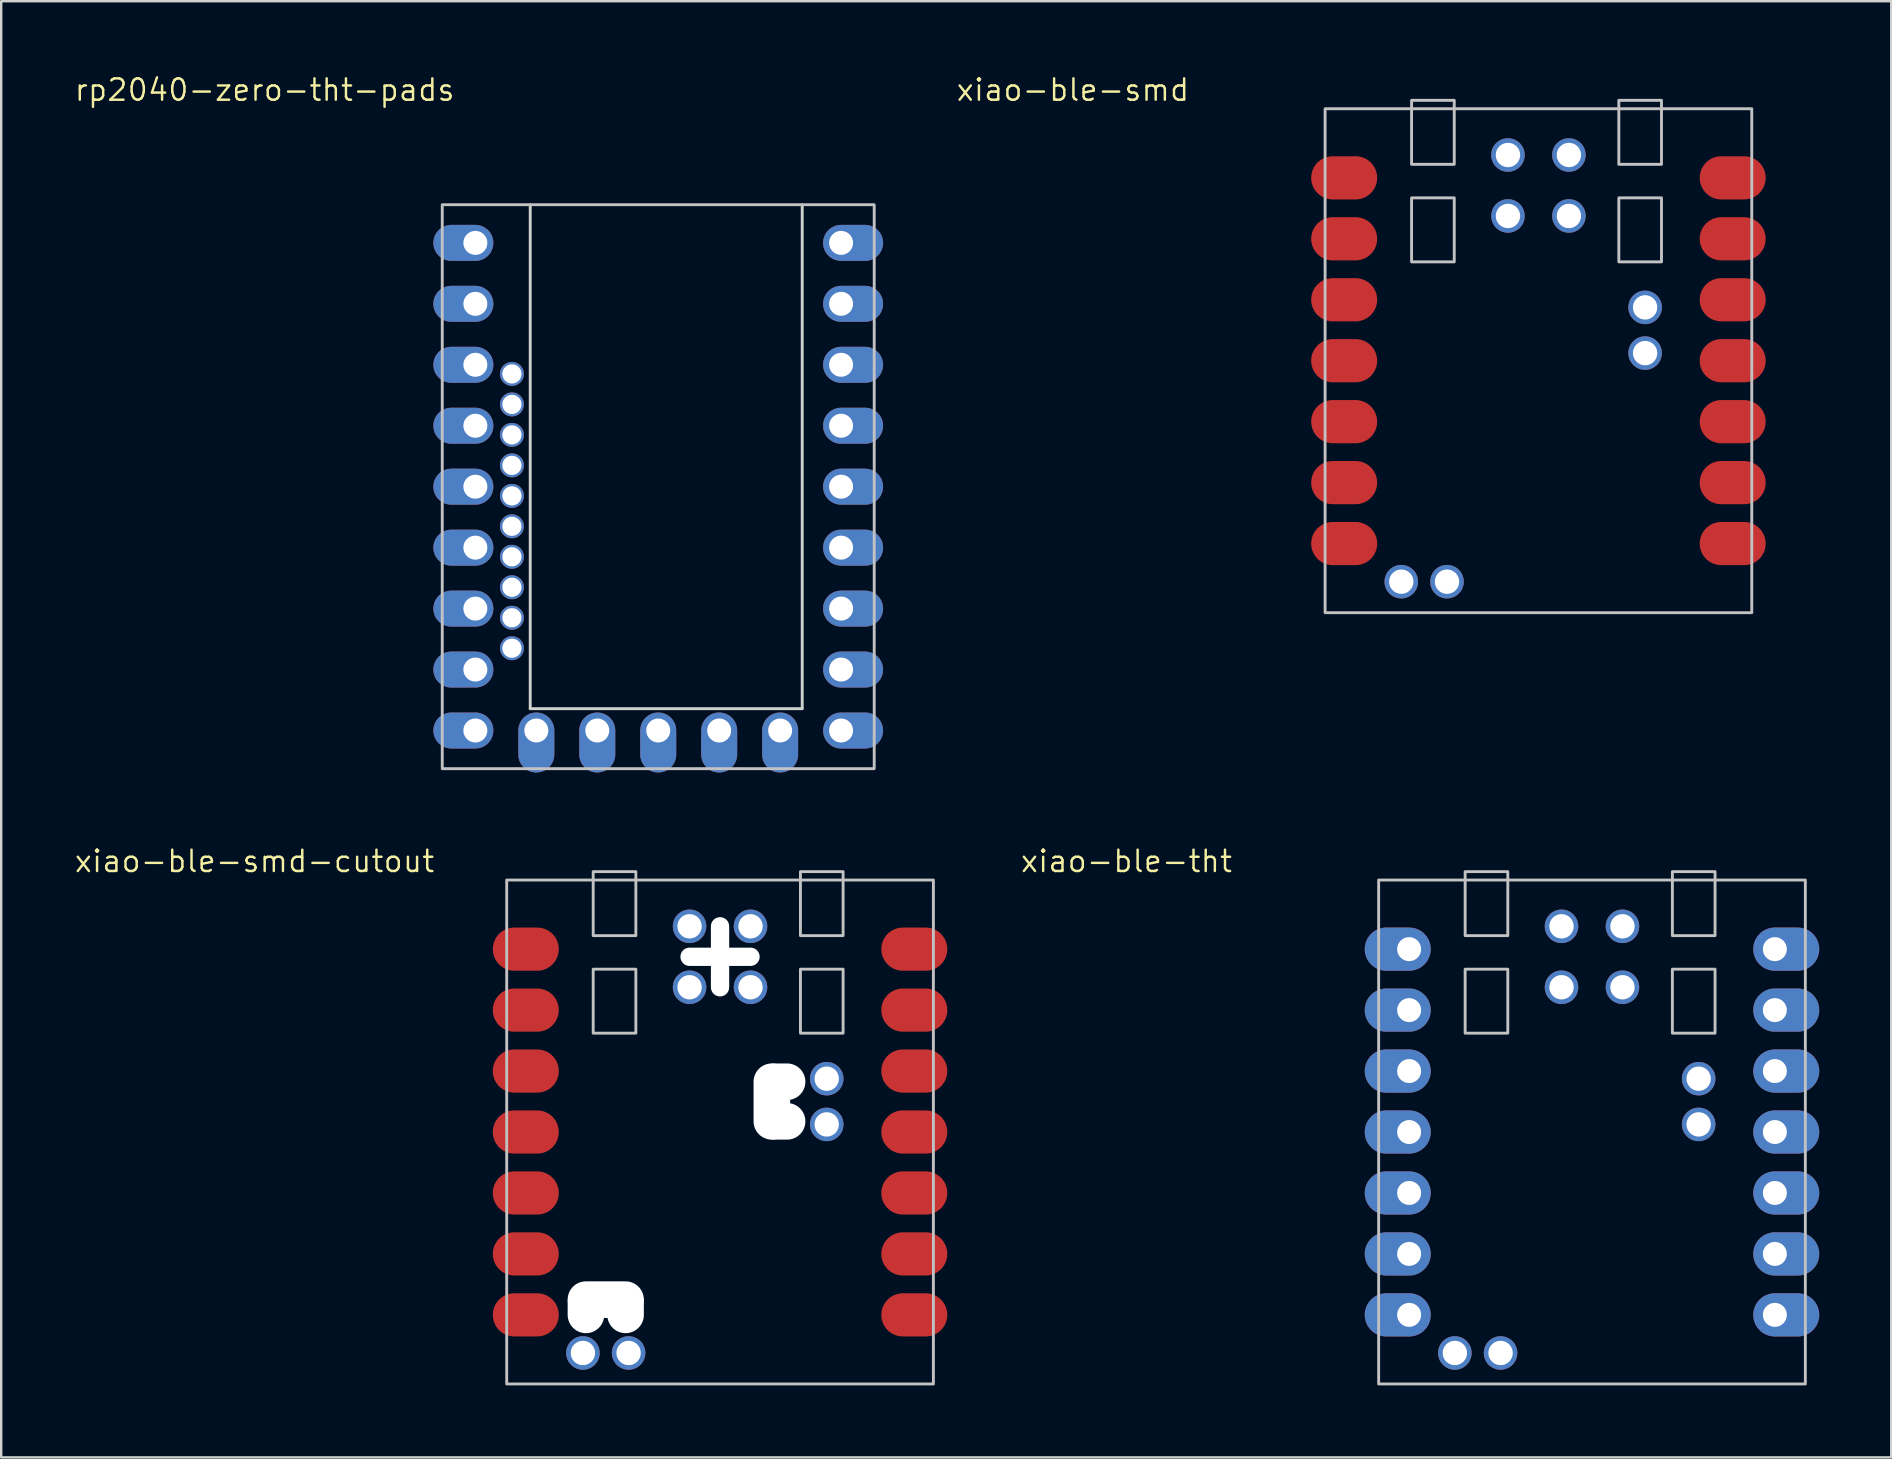
<source format=kicad_pcb>
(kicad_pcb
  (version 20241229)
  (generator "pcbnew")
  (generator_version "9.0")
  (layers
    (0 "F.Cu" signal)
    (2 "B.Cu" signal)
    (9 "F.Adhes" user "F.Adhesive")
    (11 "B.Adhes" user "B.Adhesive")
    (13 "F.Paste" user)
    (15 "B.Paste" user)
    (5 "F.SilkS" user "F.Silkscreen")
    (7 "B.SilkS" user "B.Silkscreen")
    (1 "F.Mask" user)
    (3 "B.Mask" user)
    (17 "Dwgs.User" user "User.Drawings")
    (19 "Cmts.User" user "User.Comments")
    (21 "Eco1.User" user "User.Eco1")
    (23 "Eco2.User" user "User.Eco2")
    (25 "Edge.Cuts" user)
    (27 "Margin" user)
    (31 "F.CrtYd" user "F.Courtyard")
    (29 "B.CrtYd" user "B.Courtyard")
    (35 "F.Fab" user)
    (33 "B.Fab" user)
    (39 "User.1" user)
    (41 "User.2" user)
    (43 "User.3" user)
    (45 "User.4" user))
  (footprint "xiao-ble-smd"
    (layer "F.Cu")
    (at 61.058 11.981)
    (property "Reference" "xiao-ble-smd" (at -19.399 -11.283 0) (layer "F.SilkS") (effects (font (size 0.889 0.889) (thickness 0.102))))
    (attr smd exclude_from_pos_files)
    (fp_rect (start -8.89 10.5) (end 8.89 -10.5) (stroke (width 0.12) (type solid)) (fill no) (layer "Dwgs.User"))
    (fp_rect (start -5.286 -6.786) (end -3.508 -4.119) (stroke (width 0.12) (type solid)) (fill no) (layer "Dwgs.User"))
    (fp_rect (start -3.508 -8.183) (end -5.286 -10.85) (stroke (width 0.12) (type solid)) (fill no) (layer "Dwgs.User"))
    (fp_rect (start 3.35 -10.85) (end 5.128 -8.183) (stroke (width 0.12) (type solid)) (fill no) (layer "Dwgs.User"))
    (fp_rect (start 3.35 -6.786) (end 5.128 -4.119) (stroke (width 0.12) (type solid)) (fill no) (layer "Dwgs.User"))
    (pad "1" smd oval (at -8.57 -7.62 180) (size 2.75 1.8) (drill (offset -0.475 0)) (layers "F.Cu" "F.Mask" "F.Paste"))
    (pad "2" smd oval (at -8.57 -5.08 180) (size 2.75 1.8) (drill (offset -0.475 0)) (layers "F.Cu" "F.Mask" "F.Paste"))
    (pad "3" smd oval (at -8.57 -2.54 180) (size 2.75 1.8) (drill (offset -0.475 0)) (layers "F.Cu" "F.Mask" "F.Paste"))
    (pad "4" smd oval (at -8.57 0 180) (size 2.75 1.8) (drill (offset -0.475 0)) (layers "F.Cu" "F.Mask" "F.Paste"))
    (pad "5" smd oval (at -8.57 2.54 180) (size 2.75 1.8) (drill (offset -0.475 0)) (layers "F.Cu" "F.Mask" "F.Paste"))
    (pad "6" smd oval (at -8.57 5.08 180) (size 2.75 1.8) (drill (offset -0.475 0)) (layers "F.Cu" "F.Mask" "F.Paste"))
    (pad "7" smd oval (at -8.57 7.62 180) (size 2.75 1.8) (drill (offset -0.475 0)) (layers "F.Cu" "F.Mask" "F.Paste"))
    (pad "8" smd oval (at 8.57 7.62) (size 2.75 1.8) (drill (offset -0.475 0)) (layers "F.Cu" "F.Mask" "F.Paste"))
    (pad "9" smd oval (at 8.57 5.08) (size 2.75 1.8) (drill (offset -0.475 0)) (layers "F.Cu" "F.Mask" "F.Paste"))
    (pad "10" smd oval (at 8.57 2.54) (size 2.75 1.8) (drill (offset -0.475 0)) (layers "F.Cu" "F.Mask" "F.Paste"))
    (pad "11" smd oval (at 8.57 0) (size 2.75 1.8) (drill (offset -0.475 0)) (layers "F.Cu" "F.Mask" "F.Paste"))
    (pad "12" smd oval (at 8.57 -2.54) (size 2.75 1.8) (drill (offset -0.475 0)) (layers "F.Cu" "F.Mask" "F.Paste"))
    (pad "13" smd oval (at 8.57 -5.08) (size 2.75 1.8) (drill (offset -0.475 0)) (layers "F.Cu" "F.Mask" "F.Paste"))
    (pad "14" smd oval (at 8.57 -7.62) (size 2.75 1.8) (drill (offset -0.475 0)) (layers "F.Cu" "F.Mask" "F.Paste"))
    (pad "15" thru_hole circle (at -1.27 -8.572 90) (size 1.397 1.397) (drill 1.016) (layers "*.Cu" "*.Mask"))
    (pad "16" thru_hole circle (at 1.27 -8.572 90) (size 1.397 1.397) (drill 1.016) (layers "*.Cu" "*.Mask"))
    (pad "17" thru_hole circle (at -1.27 -6.032 90) (size 1.397 1.397) (drill 1.016) (layers "*.Cu" "*.Mask"))
    (pad "18" thru_hole circle (at 1.27 -6.032 90) (size 1.397 1.397) (drill 1.016) (layers "*.Cu" "*.Mask"))
    (pad "19" thru_hole circle (at 4.445 -0.317 180) (size 1.397 1.397) (drill 1.016) (layers "*.Cu" "*.Mask"))
    (pad "20" thru_hole circle (at 4.445 -2.222 180) (size 1.397 1.397) (drill 1.016) (layers "*.Cu" "*.Mask"))
    (pad "21" thru_hole circle (at -3.81 9.208 180) (size 1.397 1.397) (drill 1.016) (layers "*.Cu" "*.Mask"))
    (pad "22" thru_hole circle (at -5.715 9.208 180) (size 1.397 1.397) (drill 1.016) (layers "*.Cu" "*.Mask")))
  (footprint "xiao-ble-smd-cutout"
    (layer "F.Cu")
    (at 26.955 44.122)
    (property "Reference" "xiao-ble-smd-cutout" (at -19.399 -11.283 0) (layer "F.SilkS") (effects (font (size 0.889 0.889) (thickness 0.102))))
    (attr smd exclude_from_pos_files)
    (fp_rect (start -8.89 10.5) (end 8.89 -10.5) (stroke (width 0.12) (type solid)) (fill no) (layer "Dwgs.User"))
    (fp_rect (start -5.286 -6.786) (end -3.508 -4.119) (stroke (width 0.12) (type solid)) (fill no) (layer "Dwgs.User"))
    (fp_rect (start -3.508 -8.183) (end -5.286 -10.85) (stroke (width 0.12) (type solid)) (fill no) (layer "Dwgs.User"))
    (fp_rect (start 3.35 -10.85) (end 5.128 -8.183) (stroke (width 0.12) (type solid)) (fill no) (layer "Dwgs.User"))
    (fp_rect (start 3.35 -6.786) (end 5.128 -4.119) (stroke (width 0.12) (type solid)) (fill no) (layer "Dwgs.User"))
    (pad "" np_thru_hole oval (at -5.588 7.366 90) (size 2.032 1.524) (drill oval 2.032 1.524) (layers "*.Cu" "*.Mask"))
    (pad "" np_thru_hole oval (at -4.763 6.985) (size 3.175 1.524) (drill oval 3.175 1.524) (layers "*.Cu" "*.Mask"))
    (pad "" np_thru_hole oval (at -3.937 7.366 90) (size 2.032 1.524) (drill oval 2.032 1.524) (layers "*.Cu" "*.Mask"))
    (pad "" np_thru_hole oval (at 0 -7.302 180) (size 3.302 0.762) (drill oval 3.302 0.762) (layers "*.Cu" "*.Mask"))
    (pad "" np_thru_hole oval (at 0 -7.302 270) (size 3.302 0.762) (drill oval 3.302 0.762) (layers "*.Cu" "*.Mask"))
    (pad "" np_thru_hole oval (at 2.159 -1.27 90) (size 3.175 1.524) (drill oval 3.175 1.524) (layers "*.Cu" "*.Mask"))
    (pad "" np_thru_hole oval (at 2.54 -2.095 180) (size 2.032 1.524) (drill oval 2.032 1.524) (layers "*.Cu" "*.Mask"))
    (pad "" np_thru_hole oval (at 2.54 -0.445 180) (size 2.032 1.524) (drill oval 2.032 1.524) (layers "*.Cu" "*.Mask"))
    (pad "1" smd oval (at -8.57 -7.62 180) (size 2.75 1.8) (drill (offset -0.475 0)) (layers "F.Cu" "F.Mask" "F.Paste"))
    (pad "2" smd oval (at -8.57 -5.08 180) (size 2.75 1.8) (drill (offset -0.475 0)) (layers "F.Cu" "F.Mask" "F.Paste"))
    (pad "3" smd oval (at -8.57 -2.54 180) (size 2.75 1.8) (drill (offset -0.475 0)) (layers "F.Cu" "F.Mask" "F.Paste"))
    (pad "4" smd oval (at -8.57 0 180) (size 2.75 1.8) (drill (offset -0.475 0)) (layers "F.Cu" "F.Mask" "F.Paste"))
    (pad "5" smd oval (at -8.57 2.54 180) (size 2.75 1.8) (drill (offset -0.475 0)) (layers "F.Cu" "F.Mask" "F.Paste"))
    (pad "6" smd oval (at -8.57 5.08 180) (size 2.75 1.8) (drill (offset -0.475 0)) (layers "F.Cu" "F.Mask" "F.Paste"))
    (pad "7" smd oval (at -8.57 7.62 180) (size 2.75 1.8) (drill (offset -0.475 0)) (layers "F.Cu" "F.Mask" "F.Paste"))
    (pad "8" smd oval (at 8.57 7.62) (size 2.75 1.8) (drill (offset -0.475 0)) (layers "F.Cu" "F.Mask" "F.Paste"))
    (pad "9" smd oval (at 8.57 5.08) (size 2.75 1.8) (drill (offset -0.475 0)) (layers "F.Cu" "F.Mask" "F.Paste"))
    (pad "10" smd oval (at 8.57 2.54) (size 2.75 1.8) (drill (offset -0.475 0)) (layers "F.Cu" "F.Mask" "F.Paste"))
    (pad "11" smd oval (at 8.57 0) (size 2.75 1.8) (drill (offset -0.475 0)) (layers "F.Cu" "F.Mask" "F.Paste"))
    (pad "12" smd oval (at 8.57 -2.54) (size 2.75 1.8) (drill (offset -0.475 0)) (layers "F.Cu" "F.Mask" "F.Paste"))
    (pad "13" smd oval (at 8.57 -5.08) (size 2.75 1.8) (drill (offset -0.475 0)) (layers "F.Cu" "F.Mask" "F.Paste"))
    (pad "14" smd oval (at 8.57 -7.62) (size 2.75 1.8) (drill (offset -0.475 0)) (layers "F.Cu" "F.Mask" "F.Paste"))
    (pad "15" thru_hole circle (at -1.27 -8.572 90) (size 1.397 1.397) (drill 1.016) (layers "*.Cu" "*.Mask"))
    (pad "16" thru_hole circle (at 1.27 -8.572 90) (size 1.397 1.397) (drill 1.016) (layers "*.Cu" "*.Mask"))
    (pad "17" thru_hole circle (at -1.27 -6.032 90) (size 1.397 1.397) (drill 1.016) (layers "*.Cu" "*.Mask"))
    (pad "18" thru_hole circle (at 1.27 -6.032 90) (size 1.397 1.397) (drill 1.016) (layers "*.Cu" "*.Mask"))
    (pad "19" thru_hole circle (at 4.445 -0.317 180) (size 1.397 1.397) (drill 1.016) (layers "*.Cu" "*.Mask"))
    (pad "20" thru_hole circle (at 4.445 -2.222 180) (size 1.397 1.397) (drill 1.016) (layers "*.Cu" "*.Mask"))
    (pad "21" thru_hole circle (at -3.81 9.208 180) (size 1.397 1.397) (drill 1.016) (layers "*.Cu" "*.Mask"))
    (pad "22" thru_hole circle (at -5.715 9.208 180) (size 1.397 1.397) (drill 1.016) (layers "*.Cu" "*.Mask")))
  (footprint "xiao-ble-tht"
    (layer "F.Cu")
    (at 63.29 44.122)
    (property "Reference" "xiao-ble-tht" (at -19.399 -11.283 0) (layer "F.SilkS") (effects (font (size 0.889 0.889) (thickness 0.102))))
    (attr smd exclude_from_pos_files)
    (fp_rect (start -8.89 10.5) (end 8.89 -10.5) (stroke (width 0.12) (type solid)) (fill no) (layer "Dwgs.User"))
    (fp_rect (start -5.286 -6.786) (end -3.508 -4.119) (stroke (width 0.12) (type solid)) (fill no) (layer "Dwgs.User"))
    (fp_rect (start -3.508 -8.183) (end -5.286 -10.85) (stroke (width 0.12) (type solid)) (fill no) (layer "Dwgs.User"))
    (fp_rect (start 3.35 -10.85) (end 5.128 -8.183) (stroke (width 0.12) (type solid)) (fill no) (layer "Dwgs.User"))
    (fp_rect (start 3.35 -6.786) (end 5.128 -4.119) (stroke (width 0.12) (type solid)) (fill no) (layer "Dwgs.User"))
    (pad "1" thru_hole oval (at -7.62 -7.62) (size 2.75 1.8) (drill 1 (offset -0.475 0)) (layers "*.Cu" "*.Mask"))
    (pad "2" thru_hole oval (at -7.62 -5.08) (size 2.75 1.8) (drill 1 (offset -0.475 0)) (layers "*.Cu" "*.Mask"))
    (pad "3" thru_hole oval (at -7.62 -2.54) (size 2.75 1.8) (drill 1 (offset -0.475 0)) (layers "*.Cu" "*.Mask"))
    (pad "4" thru_hole oval (at -7.62 0) (size 2.75 1.8) (drill 1 (offset -0.475 0)) (layers "*.Cu" "*.Mask"))
    (pad "5" thru_hole oval (at -7.62 2.54) (size 2.75 1.8) (drill 1 (offset -0.475 0)) (layers "*.Cu" "*.Mask"))
    (pad "6" thru_hole oval (at -7.62 5.08) (size 2.75 1.8) (drill 1 (offset -0.475 0)) (layers "*.Cu" "*.Mask"))
    (pad "7" thru_hole oval (at -7.62 7.62) (size 2.75 1.8) (drill 1 (offset -0.475 0)) (layers "*.Cu" "*.Mask"))
    (pad "8" thru_hole oval (at 7.62 7.62 180) (size 2.75 1.8) (drill 1 (offset -0.475 0)) (layers "*.Cu" "*.Mask"))
    (pad "9" thru_hole oval (at 7.62 5.08 180) (size 2.75 1.8) (drill 1 (offset -0.475 0)) (layers "*.Cu" "*.Mask"))
    (pad "10" thru_hole oval (at 7.62 2.54 180) (size 2.75 1.8) (drill 1 (offset -0.475 0)) (layers "*.Cu" "*.Mask"))
    (pad "11" thru_hole oval (at 7.62 0 180) (size 2.75 1.8) (drill 1 (offset -0.475 0)) (layers "*.Cu" "*.Mask"))
    (pad "12" thru_hole oval (at 7.62 -2.54 180) (size 2.75 1.8) (drill 1 (offset -0.475 0)) (layers "*.Cu" "*.Mask"))
    (pad "13" thru_hole oval (at 7.62 -5.08 180) (size 2.75 1.8) (drill 1 (offset -0.475 0)) (layers "*.Cu" "*.Mask"))
    (pad "14" thru_hole oval (at 7.62 -7.62 180) (size 2.75 1.8) (drill 1 (offset -0.475 0)) (layers "*.Cu" "*.Mask"))
    (pad "15" thru_hole circle (at -1.27 -8.572 90) (size 1.397 1.397) (drill 1.016) (layers "*.Cu" "*.Mask"))
    (pad "16" thru_hole circle (at 1.27 -8.572 90) (size 1.397 1.397) (drill 1.016) (layers "*.Cu" "*.Mask"))
    (pad "17" thru_hole circle (at -1.27 -6.032 90) (size 1.397 1.397) (drill 1.016) (layers "*.Cu" "*.Mask"))
    (pad "18" thru_hole circle (at 1.27 -6.032 90) (size 1.397 1.397) (drill 1.016) (layers "*.Cu" "*.Mask"))
    (pad "19" thru_hole circle (at 4.445 -0.317 180) (size 1.397 1.397) (drill 1.016) (layers "*.Cu" "*.Mask"))
    (pad "20" thru_hole circle (at 4.445 -2.222 180) (size 1.397 1.397) (drill 1.016) (layers "*.Cu" "*.Mask"))
    (pad "21" thru_hole circle (at -3.81 9.208 180) (size 1.397 1.397) (drill 1.016) (layers "*.Cu" "*.Mask"))
    (pad "22" thru_hole circle (at -5.715 9.208 180) (size 1.397 1.397) (drill 1.016) (layers "*.Cu" "*.Mask")))
  (footprint "rp2040-zero-tht-pads"
    (layer "F.Cu")
    (at 24.379 17.231)
    (property "Reference" "rp2040-zero-tht-pads" (at -16.399 -16.533 0) (layer "F.SilkS") (effects (font (size 0.889 0.889) (thickness 0.102))))
    (attr through_hole exclude_from_pos_files)
    (fp_rect (start -9 -11.75) (end 9 11.75) (stroke (width 0.12) (type solid)) (fill no) (layer "Dwgs.User"))
    (fp_line (start -5.334 -11.75) (end -5.334 9.25) (stroke (width 0.12) (type solid)) (layer "Edge.Cuts"))
    (fp_line (start -5.334 9.25) (end 6 9.25) (stroke (width 0.12) (type solid)) (layer "Edge.Cuts"))
    (fp_line (start 6 9.25) (end 6 -11.75) (stroke (width 0.12) (type solid)) (layer "Edge.Cuts"))
    (pad "1" thru_hole oval (at 7.62 -10.16 180) (size 2.5 1.5) (drill 1 (offset -0.5 0)) (layers "*.Cu" "*.Mask"))
    (pad "2" thru_hole oval (at 7.62 -7.62 180) (size 2.5 1.5) (drill 1 (offset -0.5 0)) (layers "*.Cu" "*.Mask"))
    (pad "3" thru_hole oval (at 7.62 -5.08 180) (size 2.5 1.5) (drill 1 (offset -0.5 0)) (layers "*.Cu" "*.Mask"))
    (pad "4" thru_hole oval (at 7.62 -2.54 180) (size 2.5 1.5) (drill 1 (offset -0.5 0)) (layers "*.Cu" "*.Mask"))
    (pad "5" thru_hole oval (at 7.62 0 180) (size 2.5 1.5) (drill 1 (offset -0.5 0)) (layers "*.Cu" "*.Mask"))
    (pad "6" thru_hole oval (at 7.62 2.54 180) (size 2.5 1.5) (drill 1 (offset -0.5 0)) (layers "*.Cu" "*.Mask"))
    (pad "7" thru_hole oval (at 7.62 5.08 180) (size 2.5 1.5) (drill 1 (offset -0.5 0)) (layers "*.Cu" "*.Mask"))
    (pad "8" thru_hole oval (at 7.62 7.62 180) (size 2.5 1.5) (drill 1 (offset -0.5 0)) (layers "*.Cu" "*.Mask"))
    (pad "9" thru_hole oval (at 7.62 10.16 180) (size 2.5 1.5) (drill 1 (offset -0.5 0)) (layers "*.Cu" "*.Mask"))
    (pad "10" thru_hole oval (at 5.08 10.16 90) (size 2.5 1.5) (drill 1 (offset -0.5 0)) (layers "*.Cu" "*.Mask"))
    (pad "11" thru_hole oval (at 2.54 10.16 90) (size 2.5 1.5) (drill 1 (offset -0.5 0)) (layers "*.Cu" "*.Mask"))
    (pad "12" thru_hole oval (at 0 10.16 90) (size 2.5 1.5) (drill 1 (offset -0.5 0)) (layers "*.Cu" "*.Mask"))
    (pad "13" thru_hole oval (at -2.54 10.16 90) (size 2.5 1.5) (drill 1 (offset -0.5 0)) (layers "*.Cu" "*.Mask"))
    (pad "14" thru_hole oval (at -5.08 10.16 90) (size 2.5 1.5) (drill 1 (offset -0.5 0)) (layers "*.Cu" "*.Mask"))
    (pad "15" thru_hole oval (at -7.62 10.16) (size 2.5 1.5) (drill 1 (offset -0.5 0)) (layers "*.Cu" "*.Mask"))
    (pad "16" thru_hole oval (at -7.62 7.62) (size 2.5 1.5) (drill 1 (offset -0.5 0)) (layers "*.Cu" "*.Mask"))
    (pad "17" thru_hole oval (at -7.62 5.08) (size 2.5 1.5) (drill 1 (offset -0.5 0)) (layers "*.Cu" "*.Mask"))
    (pad "18" thru_hole oval (at -7.62 2.54) (size 2.5 1.5) (drill 1 (offset -0.5 0)) (layers "*.Cu" "*.Mask"))
    (pad "19" thru_hole oval (at -7.62 0) (size 2.5 1.5) (drill 1 (offset -0.5 0)) (layers "*.Cu" "*.Mask"))
    (pad "20" thru_hole oval (at -7.62 -2.54) (size 2.5 1.5) (drill 1 (offset -0.5 0)) (layers "*.Cu" "*.Mask"))
    (pad "21" thru_hole oval (at -7.62 -5.08) (size 2.5 1.5) (drill 1 (offset -0.5 0)) (layers "*.Cu" "*.Mask"))
    (pad "22" thru_hole oval (at -7.62 -7.62) (size 2.5 1.5) (drill 1 (offset -0.5 0)) (layers "*.Cu" "*.Mask"))
    (pad "23" thru_hole oval (at -7.62 -10.16) (size 2.5 1.5) (drill 1 (offset -0.5 0)) (layers "*.Cu" "*.Mask"))
    (pad "24" thru_hole circle (at -6.096 6.731) (size 1 1) (drill 0.8) (layers "*.Cu" "*.Mask"))
    (pad "25" thru_hole circle (at -6.096 5.461) (size 1 1) (drill 0.8) (layers "*.Cu" "*.Mask"))
    (pad "26" thru_hole circle (at -6.096 4.191) (size 1 1) (drill 0.8) (layers "*.Cu" "*.Mask"))
    (pad "27" thru_hole circle (at -6.096 2.921) (size 1 1) (drill 0.8) (layers "*.Cu" "*.Mask"))
    (pad "28" thru_hole circle (at -6.096 1.651) (size 1 1) (drill 0.8) (layers "*.Cu" "*.Mask"))
    (pad "29" thru_hole circle (at -6.096 0.381) (size 1 1) (drill 0.8) (layers "*.Cu" "*.Mask"))
    (pad "30" thru_hole circle (at -6.096 -0.889) (size 1 1) (drill 0.8) (layers "*.Cu" "*.Mask"))
    (pad "31" thru_hole circle (at -6.096 -2.159) (size 1 1) (drill 0.8) (layers "*.Cu" "*.Mask"))
    (pad "32" thru_hole circle (at -6.096 -3.429) (size 1 1) (drill 0.8) (layers "*.Cu" "*.Mask"))
    (pad "33" thru_hole circle (at -6.096 -4.699) (size 1 1) (drill 0.8) (layers "*.Cu" "*.Mask")))
  (gr_rect
    (start -3 -3)
    (end 75.76 57.682)
    (stroke (width 0.1) (type default))
    (fill no)
    (layer "Edge.Cuts")))
</source>
